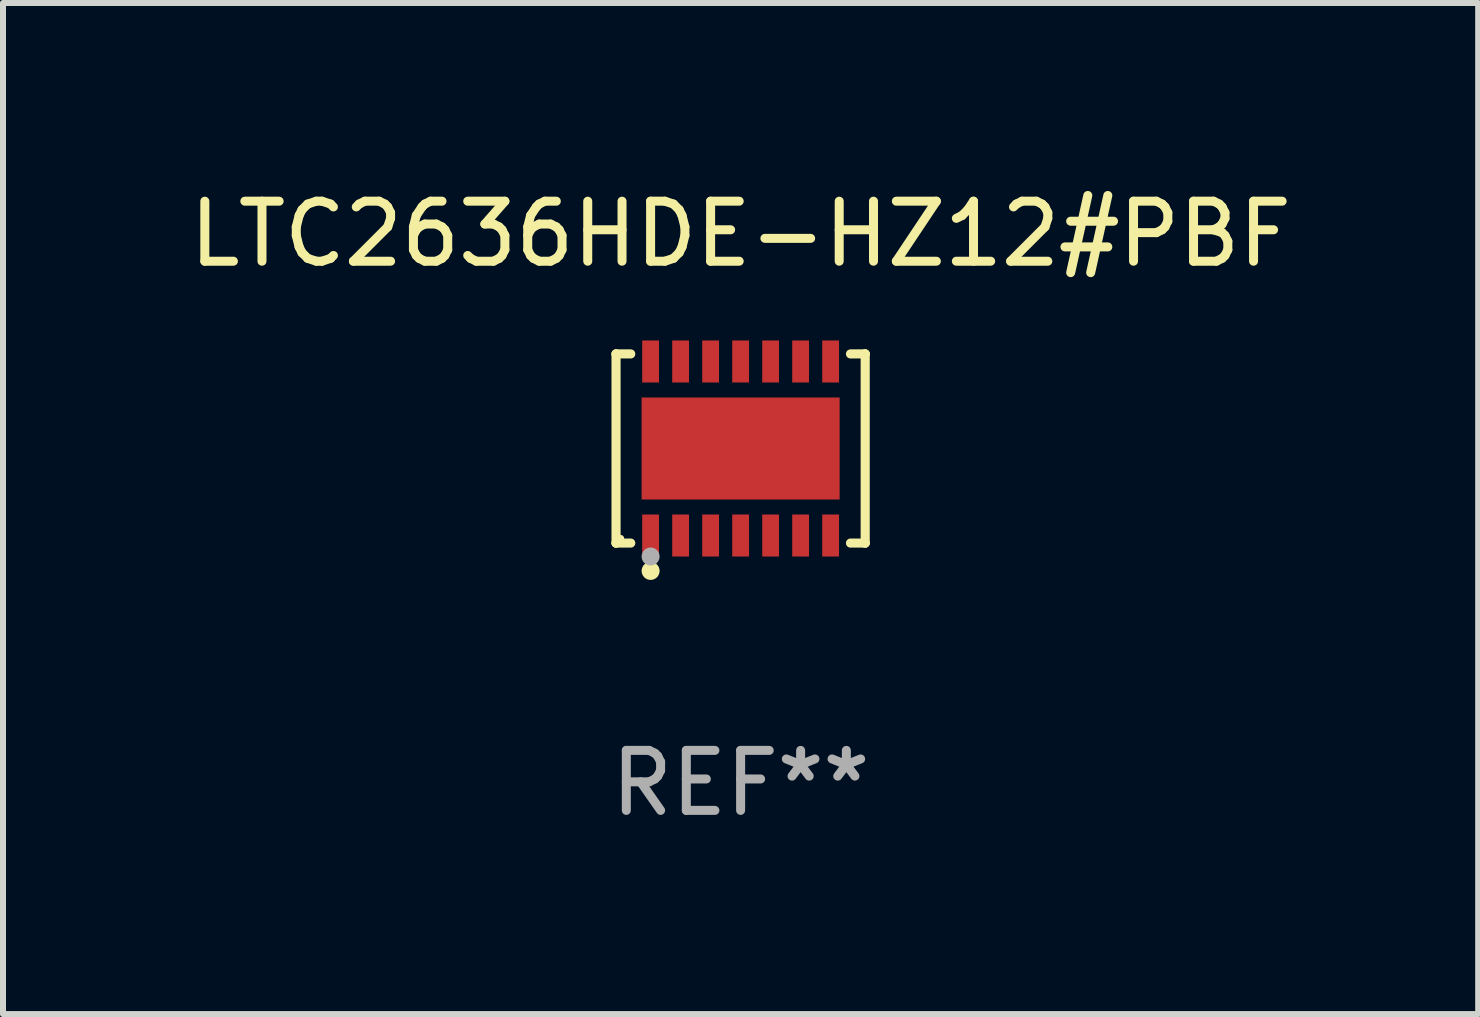
<source format=kicad_pcb>
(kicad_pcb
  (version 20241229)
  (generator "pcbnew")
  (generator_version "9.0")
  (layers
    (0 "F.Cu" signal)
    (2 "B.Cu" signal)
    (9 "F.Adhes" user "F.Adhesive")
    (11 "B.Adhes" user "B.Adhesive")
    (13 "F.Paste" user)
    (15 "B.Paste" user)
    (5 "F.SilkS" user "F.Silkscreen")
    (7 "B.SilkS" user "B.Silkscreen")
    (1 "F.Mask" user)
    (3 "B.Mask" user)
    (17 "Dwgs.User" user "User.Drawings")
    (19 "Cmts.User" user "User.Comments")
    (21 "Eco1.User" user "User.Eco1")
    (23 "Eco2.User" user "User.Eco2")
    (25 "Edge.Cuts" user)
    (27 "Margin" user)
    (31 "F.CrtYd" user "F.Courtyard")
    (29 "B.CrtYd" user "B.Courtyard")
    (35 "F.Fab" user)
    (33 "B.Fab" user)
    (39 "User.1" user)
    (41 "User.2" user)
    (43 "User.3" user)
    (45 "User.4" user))
  (footprint "LTC2636HDE-HZ12#PBF"
    (layer "F.Cu")
    (at 9.292 4.424)
    (property "Reference" "LTC2636HDE-HZ12#PBF" (at 0 -3.576 0) (layer "F.SilkS") (effects (font (size 1 1) (thickness 0.15))))
    (attr through_hole)
    (fp_line (start -2.076 -1.576) (end -2.076 -1.576) (stroke (width 0.152) (type solid)) (layer "F.SilkS"))
    (fp_line (start -2.076 -1.576) (end -1.831 -1.576) (stroke (width 0.152) (type solid)) (layer "F.SilkS"))
    (fp_line (start -2.076 1.576) (end -2.076 -1.576) (stroke (width 0.152) (type solid)) (layer "F.SilkS"))
    (fp_line (start -2.076 1.576) (end -2.076 1.576) (stroke (width 0.152) (type solid)) (layer "F.SilkS"))
    (fp_line (start -1.831 1.576) (end -2.076 1.576) (stroke (width 0.152) (type solid)) (layer "F.SilkS"))
    (fp_line (start 1.831 1.576) (end 2.076 1.576) (stroke (width 0.152) (type solid)) (layer "F.SilkS"))
    (fp_line (start 2.076 -1.576) (end 1.831 -1.576) (stroke (width 0.152) (type solid)) (layer "F.SilkS"))
    (fp_line (start 2.076 -1.576) (end 2.076 -1.576) (stroke (width 0.152) (type solid)) (layer "F.SilkS"))
    (fp_line (start 2.076 1.576) (end 2.076 -1.576) (stroke (width 0.152) (type solid)) (layer "F.SilkS"))
    (fp_line (start 2.076 1.576) (end 2.076 1.576) (stroke (width 0.152) (type solid)) (layer "F.SilkS"))
    (fp_circle (center -2 1.5) (end -1.97 1.5) (stroke (width 0.06) (type solid)) (fill no) (layer "F.SilkS"))
    (fp_circle (center -1.5 2.04) (end -1.425 2.04) (stroke (width 0.15) (type solid)) (fill no) (layer "F.SilkS"))
    (fp_circle (center -1.5 1.8) (end -1.425 1.8) (stroke (width 0.15) (type solid)) (fill no) (layer "F.Fab"))
    (fp_text user "REF**" (at 0 5.576 0) (layer "F.Fab") (effects (font (size 1 1) (thickness 0.15))))
    (pad "1" smd rect (at -1.5 1.45) (size 0.28 0.7) (layers "F.Cu" "F.Mask" "F.Paste"))
    (pad "2" smd rect (at -1 1.45) (size 0.28 0.7) (layers "F.Cu" "F.Mask" "F.Paste"))
    (pad "3" smd rect (at -0.5 1.45) (size 0.28 0.7) (layers "F.Cu" "F.Mask" "F.Paste"))
    (pad "4" smd rect (at 0 1.45) (size 0.28 0.7) (layers "F.Cu" "F.Mask" "F.Paste"))
    (pad "5" smd rect (at 0.5 1.45) (size 0.28 0.7) (layers "F.Cu" "F.Mask" "F.Paste"))
    (pad "6" smd rect (at 1 1.45) (size 0.28 0.7) (layers "F.Cu" "F.Mask" "F.Paste"))
    (pad "7" smd rect (at 1.5 1.45) (size 0.28 0.7) (layers "F.Cu" "F.Mask" "F.Paste"))
    (pad "8" smd rect (at 1.5 -1.45) (size 0.28 0.7) (layers "F.Cu" "F.Mask" "F.Paste"))
    (pad "9" smd rect (at 1 -1.45) (size 0.28 0.7) (layers "F.Cu" "F.Mask" "F.Paste"))
    (pad "10" smd rect (at 0.5 -1.45) (size 0.28 0.7) (layers "F.Cu" "F.Mask" "F.Paste"))
    (pad "11" smd rect (at 0 -1.45) (size 0.28 0.7) (layers "F.Cu" "F.Mask" "F.Paste"))
    (pad "12" smd rect (at -0.5 -1.45) (size 0.28 0.7) (layers "F.Cu" "F.Mask" "F.Paste"))
    (pad "13" smd rect (at -1 -1.45) (size 0.28 0.7) (layers "F.Cu" "F.Mask" "F.Paste"))
    (pad "14" smd rect (at -1.5 -1.45) (size 0.28 0.7) (layers "F.Cu" "F.Mask" "F.Paste"))
    (pad "15" smd rect (at 0 0) (size 3.3 1.7) (layers "F.Cu" "F.Mask" "F.Paste")))
  (gr_rect
    (start -3 -3)
    (end 21.583 13.849)
    (stroke (width 0.1) (type default))
    (fill no)
    (layer "Edge.Cuts")))
</source>
